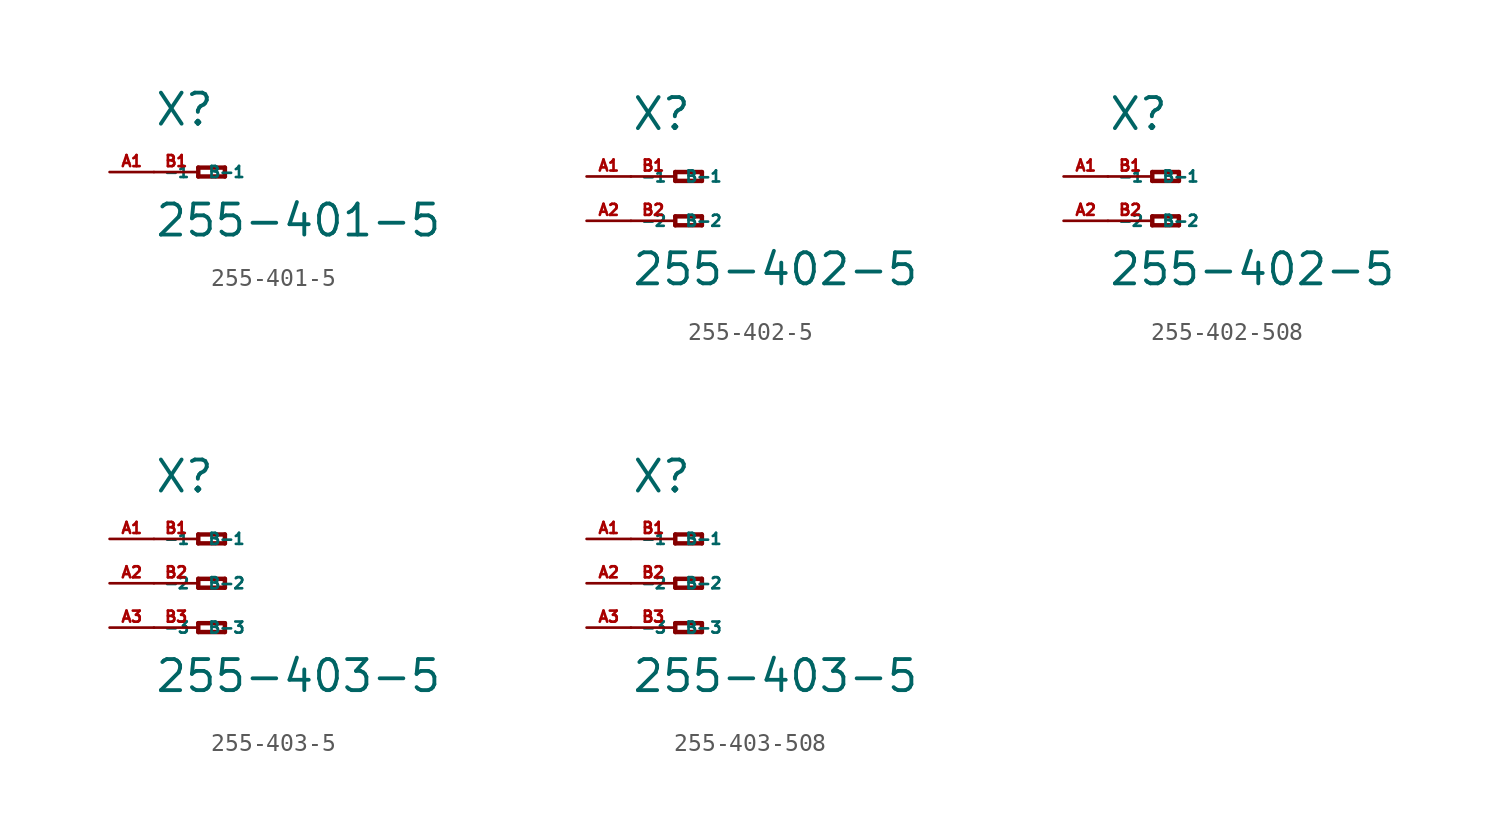
<source format=kicad_sym>
(kicad_symbol_lib
  (version 20220914)
  (generator Eagle2Kicad)
  (symbol "255-401-5"
    (property "Reference" "X"
      (at -5.08 2.54 0)
      (effects (font (size 1.778 1.778) (thickness 0.22)) (justify left bottom)))
    (property "Value" "255-401-5"
      (at -5.08 -3.81 0)
      (effects (font (size 1.778 1.778) (thickness 0.22)) (justify left bottom)))
    (polyline
      (pts (xy -2.54 0.254) (xy -2.54 -0.254))
      (stroke (width 0.254) (type default))
      (fill (type none)))
    (polyline
      (pts (xy -2.54 -0.254) (xy -1.016 -0.254))
      (stroke (width 0.254) (type default))
      (fill (type none)))
    (polyline
      (pts (xy -1.016 -0.254) (xy -1.016 0.254))
      (stroke (width 0.254) (type default))
      (fill (type none)))
    (polyline
      (pts (xy -1.016 0.254) (xy -2.54 0.254))
      (stroke (width 0.254) (type default))
      (fill (type none)))
    (pin passive line
      (at -7.62 0 0)
      (length 2.54)
      (name "-1" (effects (font (size 0.635 0.635) (thickness 0.08)) (justify left bottom)))
      (number "A1" (effects (font (size 0.635 0.635) (thickness 0.08)) (justify left bottom))))
    (pin passive line
      (at -5.08 0 0)
      (length 2.54)
      (name "B-1" (effects (font (size 0.635 0.635) (thickness 0.08)) (justify left bottom)))
      (number "B1" (effects (font (size 0.635 0.635) (thickness 0.08)) (justify left bottom)))))
  (symbol "255-402-5"
    (property "Reference" "X"
      (at -5.08 2.54 0)
      (effects (font (size 1.778 1.778) (thickness 0.22)) (justify left bottom)))
    (property "Value" "255-402-5"
      (at -5.08 -6.35 0)
      (effects (font (size 1.778 1.778) (thickness 0.22)) (justify left bottom)))
    (polyline
      (pts (xy -2.54 0.254) (xy -2.54 -0.254))
      (stroke (width 0.254) (type default))
      (fill (type none)))
    (polyline
      (pts (xy -2.54 -0.254) (xy -1.016 -0.254))
      (stroke (width 0.254) (type default))
      (fill (type none)))
    (polyline
      (pts (xy -1.016 -0.254) (xy -1.016 0.254))
      (stroke (width 0.254) (type default))
      (fill (type none)))
    (polyline
      (pts (xy -1.016 0.254) (xy -2.54 0.254))
      (stroke (width 0.254) (type default))
      (fill (type none)))
    (polyline
      (pts (xy -2.54 -2.286) (xy -2.54 -2.794))
      (stroke (width 0.254) (type default))
      (fill (type none)))
    (polyline
      (pts (xy -2.54 -2.794) (xy -1.016 -2.794))
      (stroke (width 0.254) (type default))
      (fill (type none)))
    (polyline
      (pts (xy -1.016 -2.794) (xy -1.016 -2.286))
      (stroke (width 0.254) (type default))
      (fill (type none)))
    (polyline
      (pts (xy -1.016 -2.286) (xy -2.54 -2.286))
      (stroke (width 0.254) (type default))
      (fill (type none)))
    (pin passive line
      (at -7.62 0 0)
      (length 2.54)
      (name "-1" (effects (font (size 0.635 0.635) (thickness 0.08)) (justify left bottom)))
      (number "A1" (effects (font (size 0.635 0.635) (thickness 0.08)) (justify left bottom))))
    (pin passive line
      (at -7.62 -2.54 0)
      (length 2.54)
      (name "-2" (effects (font (size 0.635 0.635) (thickness 0.08)) (justify left bottom)))
      (number "A2" (effects (font (size 0.635 0.635) (thickness 0.08)) (justify left bottom))))
    (pin passive line
      (at -5.08 -2.54 0)
      (length 2.54)
      (name "B-2" (effects (font (size 0.635 0.635) (thickness 0.08)) (justify left bottom)))
      (number "B2" (effects (font (size 0.635 0.635) (thickness 0.08)) (justify left bottom))))
    (pin passive line
      (at -5.08 0 0)
      (length 2.54)
      (name "B-1" (effects (font (size 0.635 0.635) (thickness 0.08)) (justify left bottom)))
      (number "B1" (effects (font (size 0.635 0.635) (thickness 0.08)) (justify left bottom)))))
  (symbol "255-402-508"
    (property "Reference" "X"
      (at -5.08 2.54 0)
      (effects (font (size 1.778 1.778) (thickness 0.22)) (justify left bottom)))
    (property "Value" "255-402-5"
      (at -5.08 -6.35 0)
      (effects (font (size 1.778 1.778) (thickness 0.22)) (justify left bottom)))
    (polyline
      (pts (xy -2.54 0.254) (xy -2.54 -0.254))
      (stroke (width 0.254) (type default))
      (fill (type none)))
    (polyline
      (pts (xy -2.54 -0.254) (xy -1.016 -0.254))
      (stroke (width 0.254) (type default))
      (fill (type none)))
    (polyline
      (pts (xy -1.016 -0.254) (xy -1.016 0.254))
      (stroke (width 0.254) (type default))
      (fill (type none)))
    (polyline
      (pts (xy -1.016 0.254) (xy -2.54 0.254))
      (stroke (width 0.254) (type default))
      (fill (type none)))
    (polyline
      (pts (xy -2.54 -2.286) (xy -2.54 -2.794))
      (stroke (width 0.254) (type default))
      (fill (type none)))
    (polyline
      (pts (xy -2.54 -2.794) (xy -1.016 -2.794))
      (stroke (width 0.254) (type default))
      (fill (type none)))
    (polyline
      (pts (xy -1.016 -2.794) (xy -1.016 -2.286))
      (stroke (width 0.254) (type default))
      (fill (type none)))
    (polyline
      (pts (xy -1.016 -2.286) (xy -2.54 -2.286))
      (stroke (width 0.254) (type default))
      (fill (type none)))
    (pin passive line
      (at -7.62 0 0)
      (length 2.54)
      (name "-1" (effects (font (size 0.635 0.635) (thickness 0.08)) (justify left bottom)))
      (number "A1" (effects (font (size 0.635 0.635) (thickness 0.08)) (justify left bottom))))
    (pin passive line
      (at -7.62 -2.54 0)
      (length 2.54)
      (name "-2" (effects (font (size 0.635 0.635) (thickness 0.08)) (justify left bottom)))
      (number "A2" (effects (font (size 0.635 0.635) (thickness 0.08)) (justify left bottom))))
    (pin passive line
      (at -5.08 -2.54 0)
      (length 2.54)
      (name "B-2" (effects (font (size 0.635 0.635) (thickness 0.08)) (justify left bottom)))
      (number "B2" (effects (font (size 0.635 0.635) (thickness 0.08)) (justify left bottom))))
    (pin passive line
      (at -5.08 0 0)
      (length 2.54)
      (name "B-1" (effects (font (size 0.635 0.635) (thickness 0.08)) (justify left bottom)))
      (number "B1" (effects (font (size 0.635 0.635) (thickness 0.08)) (justify left bottom)))))
  (symbol "255-403-5"
    (property "Reference" "X"
      (at -5.08 5.08 0)
      (effects (font (size 1.778 1.778) (thickness 0.22)) (justify left bottom)))
    (property "Value" "255-403-5"
      (at -5.08 -6.35 0)
      (effects (font (size 1.778 1.778) (thickness 0.22)) (justify left bottom)))
    (polyline
      (pts (xy -2.54 2.794) (xy -2.54 2.286))
      (stroke (width 0.254) (type default))
      (fill (type none)))
    (polyline
      (pts (xy -2.54 2.286) (xy -1.016 2.286))
      (stroke (width 0.254) (type default))
      (fill (type none)))
    (polyline
      (pts (xy -1.016 2.286) (xy -1.016 2.794))
      (stroke (width 0.254) (type default))
      (fill (type none)))
    (polyline
      (pts (xy -1.016 2.794) (xy -2.54 2.794))
      (stroke (width 0.254) (type default))
      (fill (type none)))
    (polyline
      (pts (xy -2.54 0.254) (xy -2.54 -0.254))
      (stroke (width 0.254) (type default))
      (fill (type none)))
    (polyline
      (pts (xy -2.54 -0.254) (xy -1.016 -0.254))
      (stroke (width 0.254) (type default))
      (fill (type none)))
    (polyline
      (pts (xy -1.016 -0.254) (xy -1.016 0.254))
      (stroke (width 0.254) (type default))
      (fill (type none)))
    (polyline
      (pts (xy -1.016 0.254) (xy -2.54 0.254))
      (stroke (width 0.254) (type default))
      (fill (type none)))
    (polyline
      (pts (xy -2.54 -2.286) (xy -2.54 -2.794))
      (stroke (width 0.254) (type default))
      (fill (type none)))
    (polyline
      (pts (xy -2.54 -2.794) (xy -1.016 -2.794))
      (stroke (width 0.254) (type default))
      (fill (type none)))
    (polyline
      (pts (xy -1.016 -2.794) (xy -1.016 -2.286))
      (stroke (width 0.254) (type default))
      (fill (type none)))
    (polyline
      (pts (xy -1.016 -2.286) (xy -2.54 -2.286))
      (stroke (width 0.254) (type default))
      (fill (type none)))
    (pin passive line
      (at -7.62 2.54 0)
      (length 2.54)
      (name "-1" (effects (font (size 0.635 0.635) (thickness 0.08)) (justify left bottom)))
      (number "A1" (effects (font (size 0.635 0.635) (thickness 0.08)) (justify left bottom))))
    (pin passive line
      (at -7.62 0 0)
      (length 2.54)
      (name "-2" (effects (font (size 0.635 0.635) (thickness 0.08)) (justify left bottom)))
      (number "A2" (effects (font (size 0.635 0.635) (thickness 0.08)) (justify left bottom))))
    (pin passive line
      (at -7.62 -2.54 0)
      (length 2.54)
      (name "-3" (effects (font (size 0.635 0.635) (thickness 0.08)) (justify left bottom)))
      (number "A3" (effects (font (size 0.635 0.635) (thickness 0.08)) (justify left bottom))))
    (pin passive line
      (at -5.08 -2.54 0)
      (length 2.54)
      (name "B-3" (effects (font (size 0.635 0.635) (thickness 0.08)) (justify left bottom)))
      (number "B3" (effects (font (size 0.635 0.635) (thickness 0.08)) (justify left bottom))))
    (pin passive line
      (at -5.08 2.54 0)
      (length 2.54)
      (name "B-1" (effects (font (size 0.635 0.635) (thickness 0.08)) (justify left bottom)))
      (number "B1" (effects (font (size 0.635 0.635) (thickness 0.08)) (justify left bottom))))
    (pin passive line
      (at -5.08 0 0)
      (length 2.54)
      (name "B-2" (effects (font (size 0.635 0.635) (thickness 0.08)) (justify left bottom)))
      (number "B2" (effects (font (size 0.635 0.635) (thickness 0.08)) (justify left bottom)))))
  (symbol "255-403-508"
    (property "Reference" "X"
      (at -5.08 5.08 0)
      (effects (font (size 1.778 1.778) (thickness 0.22)) (justify left bottom)))
    (property "Value" "255-403-5"
      (at -5.08 -6.35 0)
      (effects (font (size 1.778 1.778) (thickness 0.22)) (justify left bottom)))
    (polyline
      (pts (xy -2.54 2.794) (xy -2.54 2.286))
      (stroke (width 0.254) (type default))
      (fill (type none)))
    (polyline
      (pts (xy -2.54 2.286) (xy -1.016 2.286))
      (stroke (width 0.254) (type default))
      (fill (type none)))
    (polyline
      (pts (xy -1.016 2.286) (xy -1.016 2.794))
      (stroke (width 0.254) (type default))
      (fill (type none)))
    (polyline
      (pts (xy -1.016 2.794) (xy -2.54 2.794))
      (stroke (width 0.254) (type default))
      (fill (type none)))
    (polyline
      (pts (xy -2.54 0.254) (xy -2.54 -0.254))
      (stroke (width 0.254) (type default))
      (fill (type none)))
    (polyline
      (pts (xy -2.54 -0.254) (xy -1.016 -0.254))
      (stroke (width 0.254) (type default))
      (fill (type none)))
    (polyline
      (pts (xy -1.016 -0.254) (xy -1.016 0.254))
      (stroke (width 0.254) (type default))
      (fill (type none)))
    (polyline
      (pts (xy -1.016 0.254) (xy -2.54 0.254))
      (stroke (width 0.254) (type default))
      (fill (type none)))
    (polyline
      (pts (xy -2.54 -2.286) (xy -2.54 -2.794))
      (stroke (width 0.254) (type default))
      (fill (type none)))
    (polyline
      (pts (xy -2.54 -2.794) (xy -1.016 -2.794))
      (stroke (width 0.254) (type default))
      (fill (type none)))
    (polyline
      (pts (xy -1.016 -2.794) (xy -1.016 -2.286))
      (stroke (width 0.254) (type default))
      (fill (type none)))
    (polyline
      (pts (xy -1.016 -2.286) (xy -2.54 -2.286))
      (stroke (width 0.254) (type default))
      (fill (type none)))
    (pin passive line
      (at -7.62 2.54 0)
      (length 2.54)
      (name "-1" (effects (font (size 0.635 0.635) (thickness 0.08)) (justify left bottom)))
      (number "A1" (effects (font (size 0.635 0.635) (thickness 0.08)) (justify left bottom))))
    (pin passive line
      (at -7.62 0 0)
      (length 2.54)
      (name "-2" (effects (font (size 0.635 0.635) (thickness 0.08)) (justify left bottom)))
      (number "A2" (effects (font (size 0.635 0.635) (thickness 0.08)) (justify left bottom))))
    (pin passive line
      (at -7.62 -2.54 0)
      (length 2.54)
      (name "-3" (effects (font (size 0.635 0.635) (thickness 0.08)) (justify left bottom)))
      (number "A3" (effects (font (size 0.635 0.635) (thickness 0.08)) (justify left bottom))))
    (pin passive line
      (at -5.08 -2.54 0)
      (length 2.54)
      (name "B-3" (effects (font (size 0.635 0.635) (thickness 0.08)) (justify left bottom)))
      (number "B3" (effects (font (size 0.635 0.635) (thickness 0.08)) (justify left bottom))))
    (pin passive line
      (at -5.08 2.54 0)
      (length 2.54)
      (name "B-1" (effects (font (size 0.635 0.635) (thickness 0.08)) (justify left bottom)))
      (number "B1" (effects (font (size 0.635 0.635) (thickness 0.08)) (justify left bottom))))
    (pin passive line
      (at -5.08 0 0)
      (length 2.54)
      (name "B-2" (effects (font (size 0.635 0.635) (thickness 0.08)) (justify left bottom)))
      (number "B2" (effects (font (size 0.635 0.635) (thickness 0.08)) (justify left bottom))))))
</source>
